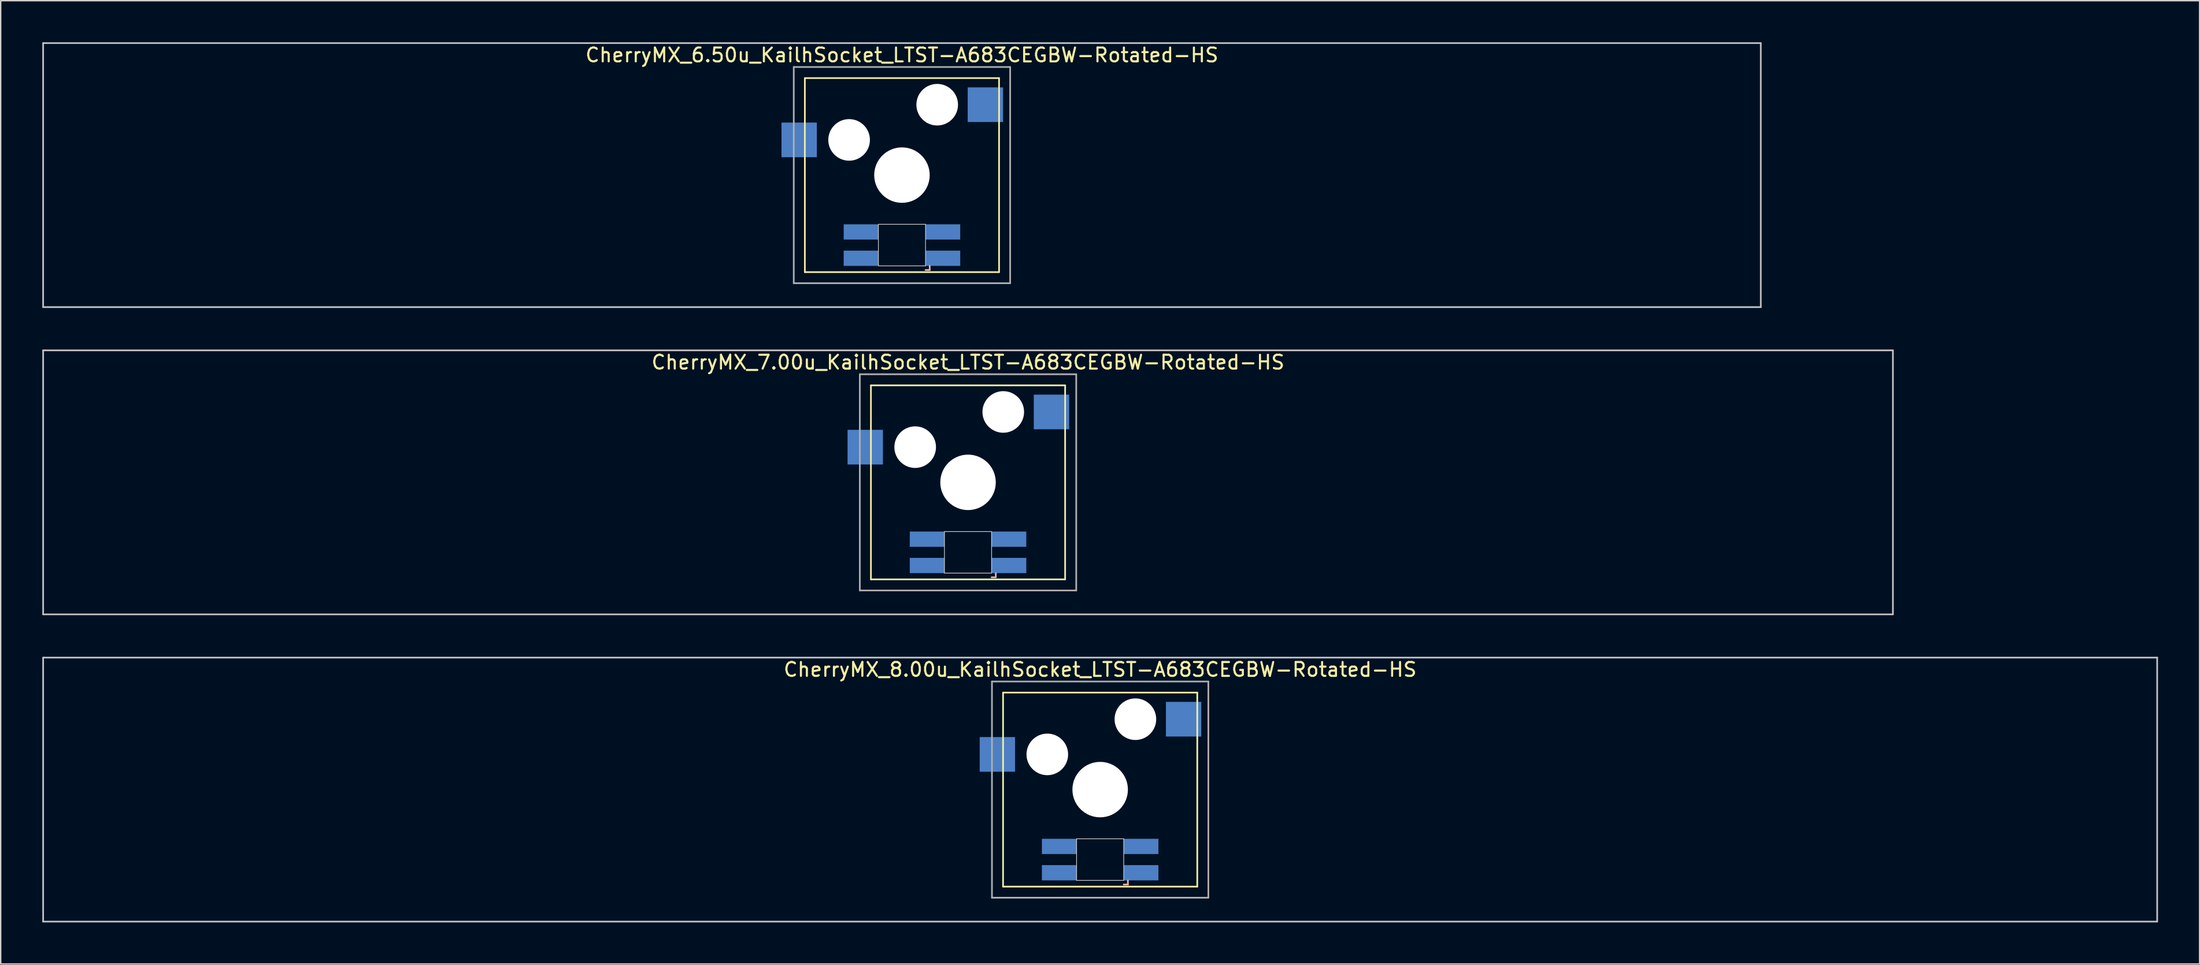
<source format=kicad_pcb>
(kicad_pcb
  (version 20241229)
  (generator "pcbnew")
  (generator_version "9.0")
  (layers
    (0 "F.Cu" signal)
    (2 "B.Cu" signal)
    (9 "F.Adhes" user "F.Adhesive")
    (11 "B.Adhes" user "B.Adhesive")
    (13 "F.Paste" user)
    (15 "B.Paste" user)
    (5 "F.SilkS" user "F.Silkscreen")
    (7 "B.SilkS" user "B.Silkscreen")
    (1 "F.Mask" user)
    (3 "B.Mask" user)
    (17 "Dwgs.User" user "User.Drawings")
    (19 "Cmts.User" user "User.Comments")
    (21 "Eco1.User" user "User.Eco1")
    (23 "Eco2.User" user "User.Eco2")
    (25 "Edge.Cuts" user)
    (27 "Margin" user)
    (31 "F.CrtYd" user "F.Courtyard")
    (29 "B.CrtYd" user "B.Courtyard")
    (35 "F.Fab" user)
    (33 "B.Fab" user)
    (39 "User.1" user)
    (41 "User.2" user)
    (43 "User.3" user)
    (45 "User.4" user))
  (footprint "CherryMX_7.00u_KailhSocket_LTST-A683CEGBW-Rotated-HS"
    (layer "F.Cu")
    (at 66.735 31.755)
    (property "Reference" "CherryMX_7.00u_KailhSocket_LTST-A683CEGBW-Rotated-HS" (at 0 -8.662 0) (layer "F.SilkS") (effects (font (size 1 1) (thickness 0.15))))
    (attr through_hole)
    (fp_line (start -7 -7) (end -7 7) (stroke (width 0.12) (type solid)) (layer "F.SilkS"))
    (fp_line (start -7 -7) (end 7 -7) (stroke (width 0.12) (type solid)) (layer "F.SilkS"))
    (fp_line (start 7 -7) (end 7 7) (stroke (width 0.12) (type solid)) (layer "F.SilkS"))
    (fp_line (start 7 7) (end -7 7) (stroke (width 0.12) (type solid)) (layer "F.SilkS"))
    (fp_line (start 1.7 6.85) (end 2 6.85) (stroke (width 0.12) (type solid)) (layer "B.SilkS"))
    (fp_line (start 2 6.85) (end 2 6.55) (stroke (width 0.12) (type solid)) (layer "B.SilkS"))
    (fp_line (start -66.675 -9.525) (end 66.675 -9.525) (stroke (width 0.12) (type solid)) (layer "Dwgs.User"))
    (fp_line (start -66.675 9.525) (end -66.675 -9.525) (stroke (width 0.12) (type solid)) (layer "Dwgs.User"))
    (fp_line (start 66.675 -9.525) (end 66.675 9.525) (stroke (width 0.12) (type solid)) (layer "Dwgs.User"))
    (fp_line (start 66.675 9.525) (end -66.675 9.525) (stroke (width 0.12) (type solid)) (layer "Dwgs.User"))
    (fp_line (start -1.7 3.55) (end 1.7 3.55) (stroke (width 0.05) (type solid)) (layer "Edge.Cuts"))
    (fp_line (start -1.7 6.55) (end -1.7 3.55) (stroke (width 0.05) (type solid)) (layer "Edge.Cuts"))
    (fp_line (start 1.7 3.55) (end 1.7 6.55) (stroke (width 0.05) (type solid)) (layer "Edge.Cuts"))
    (fp_line (start 1.7 6.55) (end -1.7 6.55) (stroke (width 0.05) (type solid)) (layer "Edge.Cuts"))
    (fp_line (start -7.8 -7.8) (end -7.8 7.8) (stroke (width 0.12) (type solid)) (layer "F.Fab"))
    (fp_line (start -7.8 -7.8) (end 7.8 -7.8) (stroke (width 0.12) (type solid)) (layer "F.Fab"))
    (fp_line (start -7.8 7.8) (end 7.8 7.8) (stroke (width 0.12) (type solid)) (layer "F.Fab"))
    (fp_line (start 7.8 -7.8) (end 7.8 7.8) (stroke (width 0.12) (type solid)) (layer "F.Fab"))
    (pad "" np_thru_hole circle (at -3.81 -2.54) (size 3 3) (drill 3) (layers "*.Cu" "*.Mask"))
    (pad "" np_thru_hole circle (at 0 0) (size 4 4) (drill 4) (layers "*.Cu" "*.Mask"))
    (pad "" np_thru_hole circle (at 2.54 -5.08) (size 3 3) (drill 3) (layers "*.Cu" "*.Mask"))
    (pad "1" smd rect (at -7.41 -2.54) (size 2.55 2.5) (layers "B.Cu" "B.Mask" "B.Paste"))
    (pad "2" smd rect (at 6.015 -5.08) (size 2.55 2.5) (layers "B.Cu" "B.Mask" "B.Paste"))
    (pad "3" smd rect (at 2.95 6) (size 2.5 1.1) (layers "B.Cu" "B.Mask" "B.Paste"))
    (pad "4" smd rect (at 2.95 4.1) (size 2.5 1.1) (layers "B.Cu" "B.Mask" "B.Paste"))
    (pad "5" smd rect (at -2.95 6) (size 2.5 1.1) (layers "B.Cu" "B.Mask" "B.Paste"))
    (pad "6" smd rect (at -2.95 4.1) (size 2.5 1.1) (layers "B.Cu" "B.Mask" "B.Paste")))
  (footprint "CherryMX_8.00u_KailhSocket_LTST-A683CEGBW-Rotated-HS"
    (layer "F.Cu")
    (at 76.26 53.925)
    (property "Reference" "CherryMX_8.00u_KailhSocket_LTST-A683CEGBW-Rotated-HS" (at 0 -8.662 0) (layer "F.SilkS") (effects (font (size 1 1) (thickness 0.15))))
    (attr through_hole)
    (fp_line (start -7 -7) (end -7 7) (stroke (width 0.12) (type solid)) (layer "F.SilkS"))
    (fp_line (start -7 -7) (end 7 -7) (stroke (width 0.12) (type solid)) (layer "F.SilkS"))
    (fp_line (start 7 -7) (end 7 7) (stroke (width 0.12) (type solid)) (layer "F.SilkS"))
    (fp_line (start 7 7) (end -7 7) (stroke (width 0.12) (type solid)) (layer "F.SilkS"))
    (fp_line (start 1.7 6.85) (end 2 6.85) (stroke (width 0.12) (type solid)) (layer "B.SilkS"))
    (fp_line (start 2 6.85) (end 2 6.55) (stroke (width 0.12) (type solid)) (layer "B.SilkS"))
    (fp_line (start -76.2 -9.525) (end 76.2 -9.525) (stroke (width 0.12) (type solid)) (layer "Dwgs.User"))
    (fp_line (start -76.2 9.525) (end -76.2 -9.525) (stroke (width 0.12) (type solid)) (layer "Dwgs.User"))
    (fp_line (start 76.2 -9.525) (end 76.2 9.525) (stroke (width 0.12) (type solid)) (layer "Dwgs.User"))
    (fp_line (start 76.2 9.525) (end -76.2 9.525) (stroke (width 0.12) (type solid)) (layer "Dwgs.User"))
    (fp_line (start -1.7 3.55) (end 1.7 3.55) (stroke (width 0.05) (type solid)) (layer "Edge.Cuts"))
    (fp_line (start -1.7 6.55) (end -1.7 3.55) (stroke (width 0.05) (type solid)) (layer "Edge.Cuts"))
    (fp_line (start 1.7 3.55) (end 1.7 6.55) (stroke (width 0.05) (type solid)) (layer "Edge.Cuts"))
    (fp_line (start 1.7 6.55) (end -1.7 6.55) (stroke (width 0.05) (type solid)) (layer "Edge.Cuts"))
    (fp_line (start -7.8 -7.8) (end -7.8 7.8) (stroke (width 0.12) (type solid)) (layer "F.Fab"))
    (fp_line (start -7.8 -7.8) (end 7.8 -7.8) (stroke (width 0.12) (type solid)) (layer "F.Fab"))
    (fp_line (start -7.8 7.8) (end 7.8 7.8) (stroke (width 0.12) (type solid)) (layer "F.Fab"))
    (fp_line (start 7.8 -7.8) (end 7.8 7.8) (stroke (width 0.12) (type solid)) (layer "F.Fab"))
    (pad "" np_thru_hole circle (at -3.81 -2.54) (size 3 3) (drill 3) (layers "*.Cu" "*.Mask"))
    (pad "" np_thru_hole circle (at 0 0) (size 4 4) (drill 4) (layers "*.Cu" "*.Mask"))
    (pad "" np_thru_hole circle (at 2.54 -5.08) (size 3 3) (drill 3) (layers "*.Cu" "*.Mask"))
    (pad "1" smd rect (at -7.41 -2.54) (size 2.55 2.5) (layers "B.Cu" "B.Mask" "B.Paste"))
    (pad "2" smd rect (at 6.015 -5.08) (size 2.55 2.5) (layers "B.Cu" "B.Mask" "B.Paste"))
    (pad "3" smd rect (at 2.95 6) (size 2.5 1.1) (layers "B.Cu" "B.Mask" "B.Paste"))
    (pad "4" smd rect (at 2.95 4.1) (size 2.5 1.1) (layers "B.Cu" "B.Mask" "B.Paste"))
    (pad "5" smd rect (at -2.95 6) (size 2.5 1.1) (layers "B.Cu" "B.Mask" "B.Paste"))
    (pad "6" smd rect (at -2.95 4.1) (size 2.5 1.1) (layers "B.Cu" "B.Mask" "B.Paste")))
  (footprint "CherryMX_6.50u_KailhSocket_LTST-A683CEGBW-Rotated-HS"
    (layer "F.Cu")
    (at 61.972 9.585)
    (property "Reference" "CherryMX_6.50u_KailhSocket_LTST-A683CEGBW-Rotated-HS" (at 0 -8.662 0) (layer "F.SilkS") (effects (font (size 1 1) (thickness 0.15))))
    (attr through_hole)
    (fp_line (start -7 -7) (end -7 7) (stroke (width 0.12) (type solid)) (layer "F.SilkS"))
    (fp_line (start -7 -7) (end 7 -7) (stroke (width 0.12) (type solid)) (layer "F.SilkS"))
    (fp_line (start 7 -7) (end 7 7) (stroke (width 0.12) (type solid)) (layer "F.SilkS"))
    (fp_line (start 7 7) (end -7 7) (stroke (width 0.12) (type solid)) (layer "F.SilkS"))
    (fp_line (start 1.7 6.85) (end 2 6.85) (stroke (width 0.12) (type solid)) (layer "B.SilkS"))
    (fp_line (start 2 6.85) (end 2 6.55) (stroke (width 0.12) (type solid)) (layer "B.SilkS"))
    (fp_line (start -61.913 -9.525) (end 61.913 -9.525) (stroke (width 0.12) (type solid)) (layer "Dwgs.User"))
    (fp_line (start -61.913 9.525) (end -61.913 -9.525) (stroke (width 0.12) (type solid)) (layer "Dwgs.User"))
    (fp_line (start 61.913 -9.525) (end 61.913 9.525) (stroke (width 0.12) (type solid)) (layer "Dwgs.User"))
    (fp_line (start 61.913 9.525) (end -61.913 9.525) (stroke (width 0.12) (type solid)) (layer "Dwgs.User"))
    (fp_line (start -1.7 3.55) (end 1.7 3.55) (stroke (width 0.05) (type solid)) (layer "Edge.Cuts"))
    (fp_line (start -1.7 6.55) (end -1.7 3.55) (stroke (width 0.05) (type solid)) (layer "Edge.Cuts"))
    (fp_line (start 1.7 3.55) (end 1.7 6.55) (stroke (width 0.05) (type solid)) (layer "Edge.Cuts"))
    (fp_line (start 1.7 6.55) (end -1.7 6.55) (stroke (width 0.05) (type solid)) (layer "Edge.Cuts"))
    (fp_line (start -7.8 -7.8) (end -7.8 7.8) (stroke (width 0.12) (type solid)) (layer "F.Fab"))
    (fp_line (start -7.8 -7.8) (end 7.8 -7.8) (stroke (width 0.12) (type solid)) (layer "F.Fab"))
    (fp_line (start -7.8 7.8) (end 7.8 7.8) (stroke (width 0.12) (type solid)) (layer "F.Fab"))
    (fp_line (start 7.8 -7.8) (end 7.8 7.8) (stroke (width 0.12) (type solid)) (layer "F.Fab"))
    (pad "" np_thru_hole circle (at -3.81 -2.54) (size 3 3) (drill 3) (layers "*.Cu" "*.Mask"))
    (pad "" np_thru_hole circle (at 0 0) (size 4 4) (drill 4) (layers "*.Cu" "*.Mask"))
    (pad "" np_thru_hole circle (at 2.54 -5.08) (size 3 3) (drill 3) (layers "*.Cu" "*.Mask"))
    (pad "1" smd rect (at -7.41 -2.54) (size 2.55 2.5) (layers "B.Cu" "B.Mask" "B.Paste"))
    (pad "2" smd rect (at 6.015 -5.08) (size 2.55 2.5) (layers "B.Cu" "B.Mask" "B.Paste"))
    (pad "3" smd rect (at 2.95 6) (size 2.5 1.1) (layers "B.Cu" "B.Mask" "B.Paste"))
    (pad "4" smd rect (at 2.95 4.1) (size 2.5 1.1) (layers "B.Cu" "B.Mask" "B.Paste"))
    (pad "5" smd rect (at -2.95 6) (size 2.5 1.1) (layers "B.Cu" "B.Mask" "B.Paste"))
    (pad "6" smd rect (at -2.95 4.1) (size 2.5 1.1) (layers "B.Cu" "B.Mask" "B.Paste")))
  (gr_rect
    (start -3 -3)
    (end 155.52 66.51)
    (stroke (width 0.1) (type default))
    (fill no)
    (layer "Edge.Cuts")))
</source>
